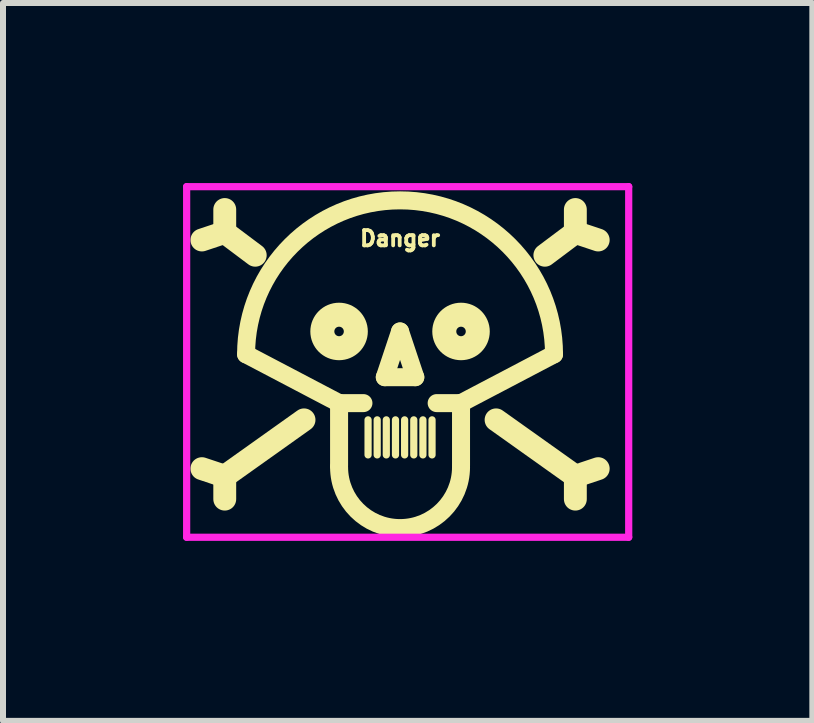
<source format=kicad_pcb>
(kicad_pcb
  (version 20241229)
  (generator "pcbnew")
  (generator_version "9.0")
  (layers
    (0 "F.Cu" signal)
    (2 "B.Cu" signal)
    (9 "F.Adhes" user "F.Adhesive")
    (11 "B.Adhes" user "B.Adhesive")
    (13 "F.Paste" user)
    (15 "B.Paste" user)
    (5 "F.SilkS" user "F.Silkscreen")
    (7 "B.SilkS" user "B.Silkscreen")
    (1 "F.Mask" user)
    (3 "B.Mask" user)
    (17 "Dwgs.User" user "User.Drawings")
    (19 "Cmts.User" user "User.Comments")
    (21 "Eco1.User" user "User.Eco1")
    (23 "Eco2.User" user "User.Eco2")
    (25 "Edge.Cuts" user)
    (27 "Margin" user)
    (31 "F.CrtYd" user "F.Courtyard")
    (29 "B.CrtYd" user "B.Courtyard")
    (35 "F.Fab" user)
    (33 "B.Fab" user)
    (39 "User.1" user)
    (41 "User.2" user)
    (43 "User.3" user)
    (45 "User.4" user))
  (footprint "Danger"
    (layer "F.Cu")
    (at 3.616 2.854)
    (property "Reference" "Danger" (at 0 -1.93 0) (layer "F.SilkS") (effects (font (size 0.254 0.254) (thickness 0.064))))
    (attr exclude_from_pos_files exclude_from_bom)
    (fp_line (start -2.921 -2.032) (end -3.302 -1.905) (stroke (width 0.381) (type solid)) (layer "F.SilkS"))
    (fp_line (start -2.921 -2.032) (end -2.921 -2.413) (stroke (width 0.381) (type solid)) (layer "F.SilkS"))
    (fp_line (start -2.921 2.032) (end -3.302 1.905) (stroke (width 0.381) (type solid)) (layer "F.SilkS"))
    (fp_line (start -2.921 2.032) (end -2.921 2.413) (stroke (width 0.381) (type solid)) (layer "F.SilkS"))
    (fp_line (start -2.565 0) (end -1.016 0.813) (stroke (width 0.3) (type solid)) (layer "F.SilkS"))
    (fp_line (start -2.413 -1.651) (end -2.921 -2.032) (stroke (width 0.381) (type solid)) (layer "F.SilkS"))
    (fp_line (start -1.6 1.092) (end -2.921 2.032) (stroke (width 0.381) (type solid)) (layer "F.SilkS"))
    (fp_line (start -1.016 0.813) (end -1.016 1.854) (stroke (width 0.3) (type solid)) (layer "F.SilkS"))
    (fp_line (start -0.61 0.813) (end -0.991 0.813) (stroke (width 0.3) (type solid)) (layer "F.SilkS"))
    (fp_line (start -0.533 1.092) (end -0.533 1.676) (stroke (width 0.12) (type solid)) (layer "F.SilkS"))
    (fp_line (start -0.381 1.092) (end -0.381 1.676) (stroke (width 0.12) (type solid)) (layer "F.SilkS"))
    (fp_line (start -0.254 0.381) (end 0 -0.381) (stroke (width 0.3) (type solid)) (layer "F.SilkS"))
    (fp_line (start -0.254 0.381) (end 0.254 0.381) (stroke (width 0.3) (type solid)) (layer "F.SilkS"))
    (fp_line (start -0.229 1.092) (end -0.229 1.676) (stroke (width 0.12) (type solid)) (layer "F.SilkS"))
    (fp_line (start -0.076 1.092) (end -0.076 1.676) (stroke (width 0.12) (type solid)) (layer "F.SilkS"))
    (fp_line (start 0.076 1.092) (end 0.076 1.676) (stroke (width 0.12) (type solid)) (layer "F.SilkS"))
    (fp_line (start 0.229 1.092) (end 0.229 1.676) (stroke (width 0.12) (type solid)) (layer "F.SilkS"))
    (fp_line (start 0.254 0.381) (end 0 -0.381) (stroke (width 0.3) (type solid)) (layer "F.SilkS"))
    (fp_line (start 0.381 1.092) (end 0.381 1.676) (stroke (width 0.12) (type solid)) (layer "F.SilkS"))
    (fp_line (start 0.533 1.092) (end 0.533 1.676) (stroke (width 0.12) (type solid)) (layer "F.SilkS"))
    (fp_line (start 0.61 0.813) (end 0.991 0.813) (stroke (width 0.3) (type solid)) (layer "F.SilkS"))
    (fp_line (start 1.016 0.813) (end 1.016 1.854) (stroke (width 0.3) (type solid)) (layer "F.SilkS"))
    (fp_line (start 1.6 1.092) (end 2.921 2.032) (stroke (width 0.381) (type solid)) (layer "F.SilkS"))
    (fp_line (start 2.413 -1.651) (end 2.921 -2.032) (stroke (width 0.381) (type solid)) (layer "F.SilkS"))
    (fp_line (start 2.565 0) (end 1.016 0.813) (stroke (width 0.3) (type solid)) (layer "F.SilkS"))
    (fp_line (start 2.921 -2.032) (end 2.921 -2.413) (stroke (width 0.381) (type solid)) (layer "F.SilkS"))
    (fp_line (start 2.921 -2.032) (end 3.302 -1.905) (stroke (width 0.381) (type solid)) (layer "F.SilkS"))
    (fp_line (start 2.921 2.032) (end 2.921 2.413) (stroke (width 0.381) (type solid)) (layer "F.SilkS"))
    (fp_line (start 2.921 2.032) (end 3.302 1.905) (stroke (width 0.381) (type solid)) (layer "F.SilkS"))
    (fp_arc (start -2.5654 0) (mid 0 -2.5654) (end 2.5654 0) (stroke (width 0.3) (type solid)) (layer "F.SilkS"))
    (fp_arc (start 1.016 1.8796) (mid 0 2.8956) (end -1.016 1.8796) (stroke (width 0.3) (type solid)) (layer "F.SilkS"))
    (fp_circle (center -1.016 -0.381) (end -0.737 -0.381) (stroke (width 0.4) (type solid)) (fill no) (layer "F.SilkS"))
    (fp_circle (center 1.016 -0.381) (end 1.295 -0.381) (stroke (width 0.4) (type solid)) (fill no) (layer "F.SilkS"))
    (fp_line (start -3.556 -2.794) (end -3.556 3.048) (stroke (width 0.12) (type solid)) (layer "F.CrtYd"))
    (fp_line (start -3.556 3.048) (end 3.81 3.048) (stroke (width 0.12) (type solid)) (layer "F.CrtYd"))
    (fp_line (start 3.81 -2.794) (end -3.556 -2.794) (stroke (width 0.12) (type solid)) (layer "F.CrtYd"))
    (fp_line (start 3.81 3.048) (end 3.81 -2.794) (stroke (width 0.12) (type solid)) (layer "F.CrtYd")))
  (gr_rect
    (start -3 -3)
    (end 10.486 8.962)
    (stroke (width 0.1) (type default))
    (fill no)
    (layer "Edge.Cuts")))
</source>
